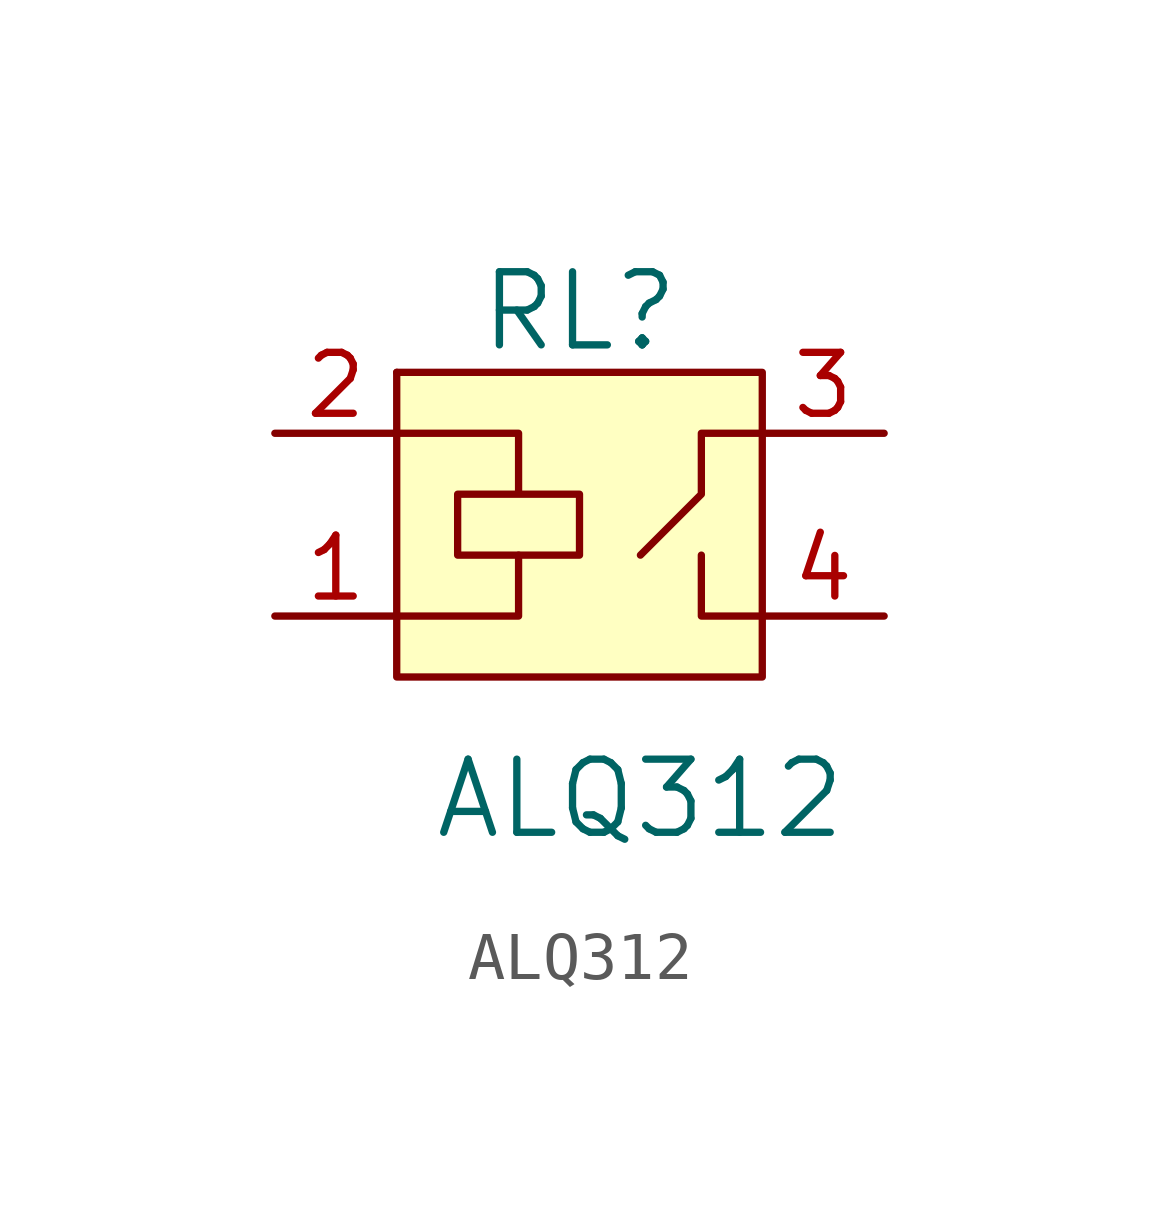
<source format=kicad_sym>
(kicad_symbol_lib
  (version 20231120)
  (generator "kicad_symbol_editor")
  (generator_version "8.0")
  (symbol "ALQ312"
    (pin_names
      (offset 1.016))
    (property "Reference" "RL"
      (at 0 7.62 0)
      (effects (font (size 1.524 1.524))))
    (property "Value" "ALQ312"
      (at 1.27 -2.54 0)
      (effects (font (size 1.524 1.524))))
    (symbol "ALQ312_0_1"
      (rectangle (start -3.81 6.35) (end -3.81 6.35) (stroke (width 0) (type default)) (fill (type none)))
      (rectangle (start -3.81 6.35) (end 3.81 0) (stroke (width 0) (type default)) (fill (type background)))
      (polyline (pts (xy -1.27 2.54) (xy -1.27 1.27) (xy -3.81 1.27)) (stroke (width 0) (type default)) (fill (type none)))
      (polyline (pts (xy 2.54 2.54) (xy 2.54 1.27) (xy 3.81 1.27)) (stroke (width 0) (type default)) (fill (type none)))
      (polyline (pts (xy 3.81 5.08) (xy 2.54 5.08) (xy 2.54 3.81) (xy 1.27 2.54)) (stroke (width 0) (type default)) (fill (type none)))
      (polyline (pts (xy -3.81 5.08) (xy -1.27 5.08) (xy -1.27 3.81) (xy -2.54 3.81) (xy -2.54 2.54) (xy 0 2.54) (xy 0 3.81) (xy -1.27 3.81)) (stroke (width 0) (type default)) (fill (type none))))
    (symbol "ALQ312_1_1"
      (pin passive line (at -6.35 1.27 0) (length 2.54) (name "~" (effects (font (size 1.27 1.27)))) (number "1" (effects (font (size 1.27 1.27)))))
      (pin passive line (at -6.35 5.08 0) (length 2.54) (name "~" (effects (font (size 1.27 1.27)))) (number "2" (effects (font (size 1.27 1.27)))))
      (pin passive line (at 6.35 5.08 180) (length 2.54) (name "~" (effects (font (size 1.27 1.27)))) (number "3" (effects (font (size 1.27 1.27)))))
      (pin passive line (at 6.35 1.27 180) (length 2.54) (name "~" (effects (font (size 1.27 1.27)))) (number "4" (effects (font (size 1.27 1.27))))))))
</source>
